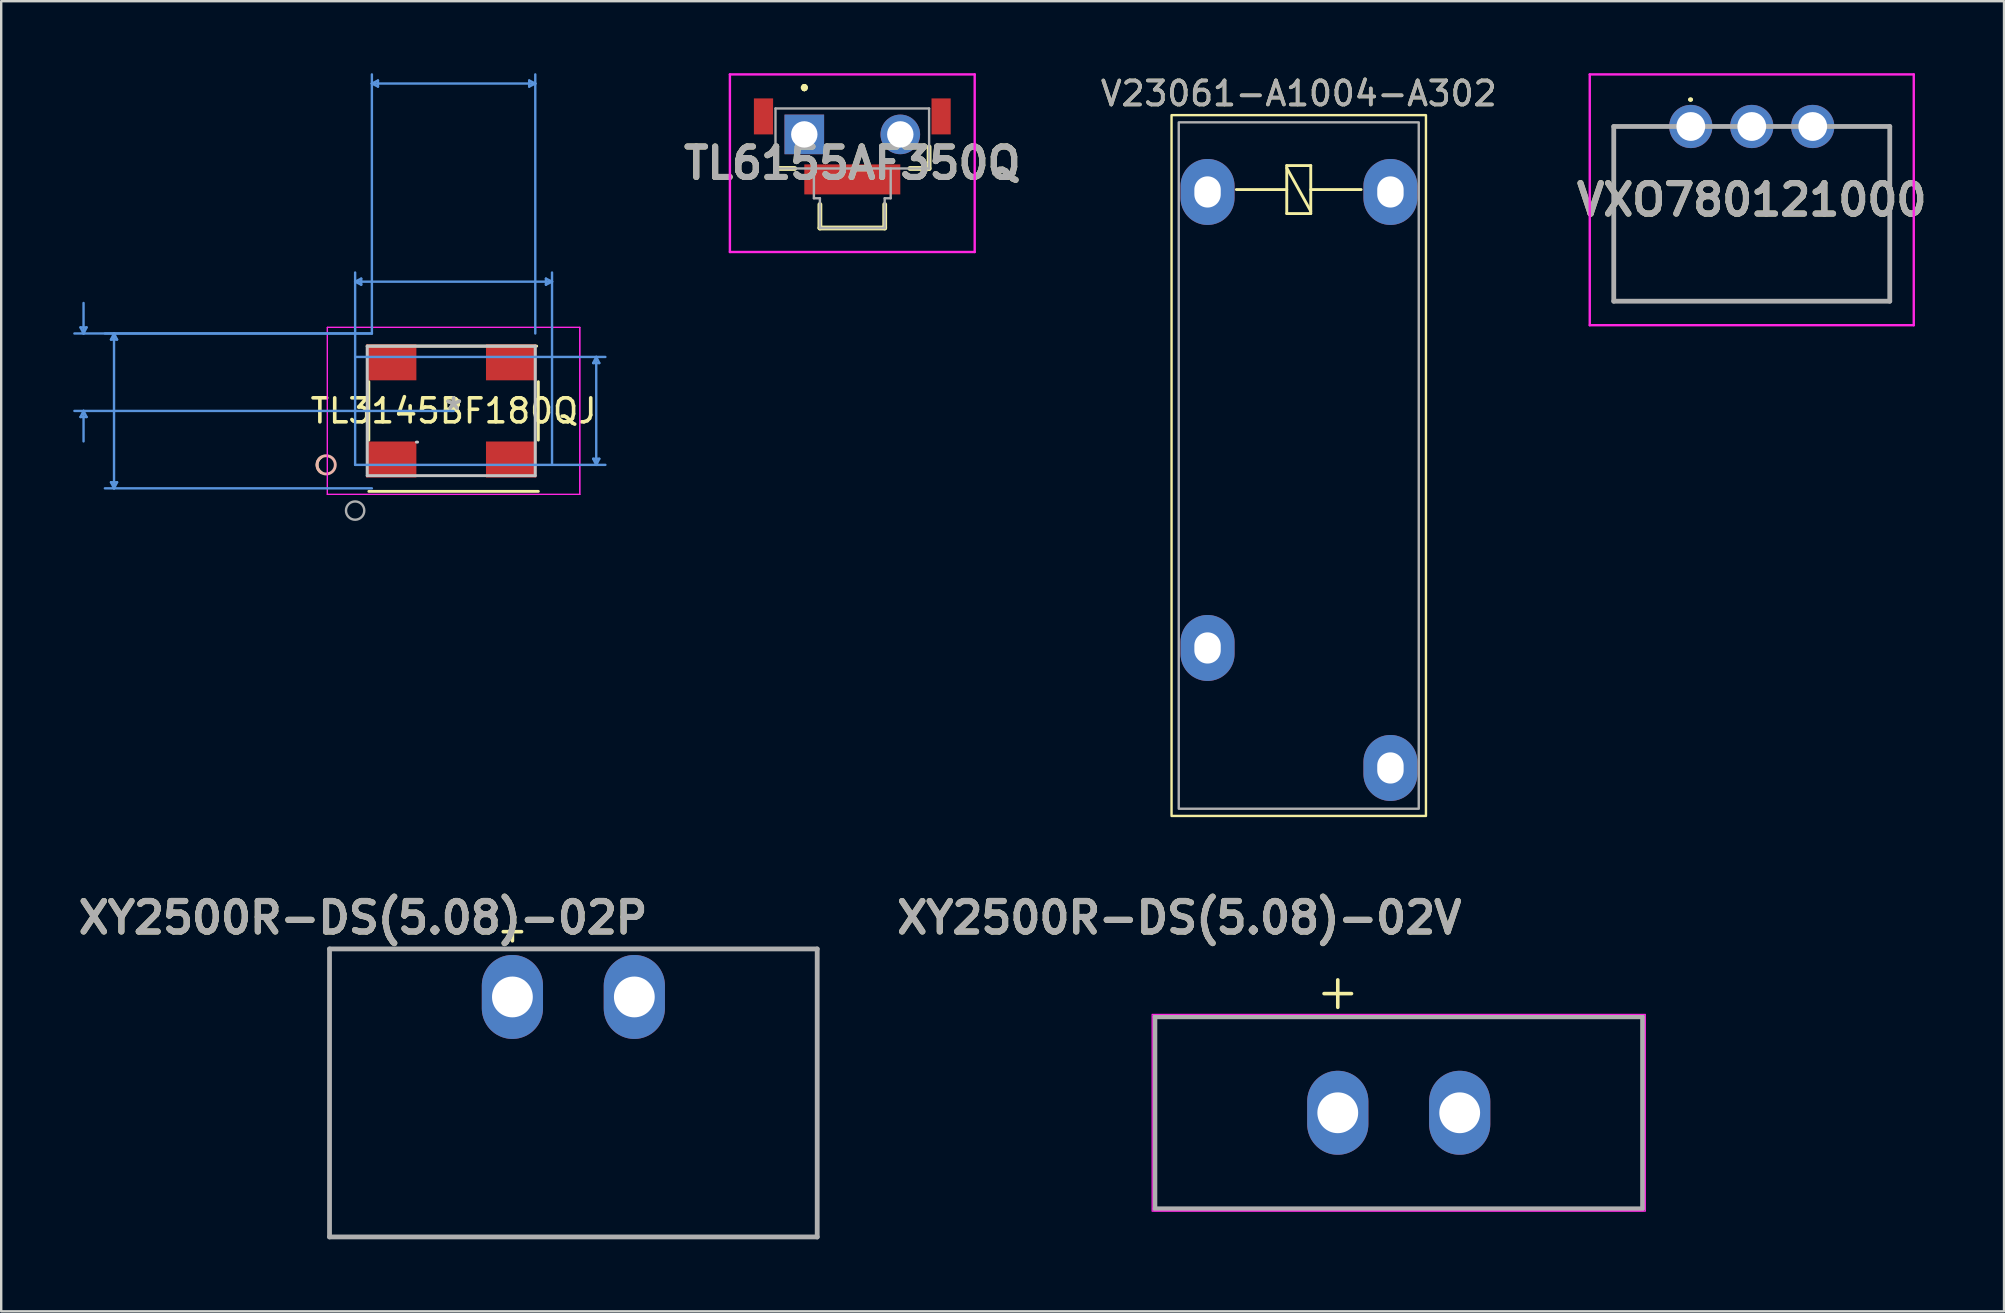
<source format=kicad_pcb>
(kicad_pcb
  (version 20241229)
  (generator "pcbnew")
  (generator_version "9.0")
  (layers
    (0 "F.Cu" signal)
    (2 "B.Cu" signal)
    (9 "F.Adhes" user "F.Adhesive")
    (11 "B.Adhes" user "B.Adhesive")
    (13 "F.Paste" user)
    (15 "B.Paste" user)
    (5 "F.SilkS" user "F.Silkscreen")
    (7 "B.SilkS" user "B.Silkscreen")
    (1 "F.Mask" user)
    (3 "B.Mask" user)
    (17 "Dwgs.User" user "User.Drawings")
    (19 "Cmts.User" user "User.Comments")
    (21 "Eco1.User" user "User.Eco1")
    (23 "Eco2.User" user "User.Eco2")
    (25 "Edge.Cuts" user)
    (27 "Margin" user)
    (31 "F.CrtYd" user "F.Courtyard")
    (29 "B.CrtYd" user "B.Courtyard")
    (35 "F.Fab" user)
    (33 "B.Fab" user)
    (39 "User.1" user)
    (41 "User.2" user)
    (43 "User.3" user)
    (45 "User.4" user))
  (footprint "VXO780121000"
    (layer "F.Cu")
    (at 69.939 5.275)
    (property "Reference" "VXO780121000" (at 0 0 0) (layer "F.SilkS") (effects (font (size 1.27 1.27) (thickness 0.254))))
    (attr through_hole)
    (fp_line (start -5.75 -3.055) (end -5.75 4.225) (stroke (width 0.1) (type solid)) (layer "F.SilkS"))
    (fp_line (start -5.75 4.225) (end 5.75 4.225) (stroke (width 0.1) (type solid)) (layer "F.SilkS"))
    (fp_line (start -4 -3.055) (end -5.75 -3.055) (stroke (width 0.1) (type solid)) (layer "F.SilkS"))
    (fp_line (start -2.6 -4.175) (end -2.6 -4.175) (stroke (width 0.1) (type solid)) (layer "F.SilkS"))
    (fp_line (start -2.5 -4.175) (end -2.5 -4.175) (stroke (width 0.1) (type solid)) (layer "F.SilkS"))
    (fp_line (start 5.75 -3.055) (end 4 -3.055) (stroke (width 0.1) (type solid)) (layer "F.SilkS"))
    (fp_line (start 5.75 4.225) (end 5.75 -3.055) (stroke (width 0.1) (type solid)) (layer "F.SilkS"))
    (fp_arc (start -2.6 -4.175) (mid -2.55 -4.225) (end -2.5 -4.175) (stroke (width 0.1) (type solid)) (layer "F.SilkS"))
    (fp_arc (start -2.5 -4.175) (mid -2.55 -4.125) (end -2.6 -4.175) (stroke (width 0.1) (type solid)) (layer "F.SilkS"))
    (fp_line (start -6.75 -5.225) (end 6.75 -5.225) (stroke (width 0.1) (type solid)) (layer "F.CrtYd"))
    (fp_line (start -6.75 5.225) (end -6.75 -5.225) (stroke (width 0.1) (type solid)) (layer "F.CrtYd"))
    (fp_line (start 6.75 -5.225) (end 6.75 5.225) (stroke (width 0.1) (type solid)) (layer "F.CrtYd"))
    (fp_line (start 6.75 5.225) (end -6.75 5.225) (stroke (width 0.1) (type solid)) (layer "F.CrtYd"))
    (fp_line (start -5.75 -3.055) (end 5.75 -3.055) (stroke (width 0.2) (type solid)) (layer "F.Fab"))
    (fp_line (start -5.75 4.225) (end -5.75 -3.055) (stroke (width 0.2) (type solid)) (layer "F.Fab"))
    (fp_line (start 5.75 -3.055) (end 5.75 4.225) (stroke (width 0.2) (type solid)) (layer "F.Fab"))
    (fp_line (start 5.75 4.225) (end -5.75 4.225) (stroke (width 0.2) (type solid)) (layer "F.Fab"))
    (fp_text user "${REFERENCE}" (at 0 0 0) (layer "F.Fab") (effects (font (size 1.27 1.27) (thickness 0.254))))
    (pad "1" thru_hole circle (at -2.54 -3.055) (size 1.8 1.8) (drill 1.2) (layers "*.Cu" "*.Mask"))
    (pad "2" thru_hole circle (at 0 -3.055) (size 1.8 1.8) (drill 1.2) (layers "*.Cu" "*.Mask"))
    (pad "3" thru_hole circle (at 2.54 -3.055) (size 1.8 1.8) (drill 1.2) (layers "*.Cu" "*.Mask")))
  (footprint "TL3145BF180QJ"
    (layer "F.Cu")
    (at 15.849 14.071)
    (property "Reference" "TL3145BF180QJ" (at 0 0 0) (layer "F.SilkS") (effects (font (size 1 1) (thickness 0.15))))
    (attr through_hole)
    (fp_line (start -3.531 -1.217) (end -3.531 1.217) (stroke (width 0.12) (type solid)) (layer "F.SilkS"))
    (fp_line (start -3.531 3.353) (end 3.531 3.353) (stroke (width 0.12) (type solid)) (layer "F.SilkS"))
    (fp_line (start 3.461 -2.7) (end -3.6 -2.7) (stroke (width 0.12) (type solid)) (layer "F.SilkS"))
    (fp_line (start 3.531 1.217) (end 3.531 -1.217) (stroke (width 0.12) (type solid)) (layer "F.SilkS"))
    (fp_arc (start -5.51434 2.568574) (mid -5.6896 2.2479) (end -5.51434 1.927226) (stroke (width 0.12) (type solid)) (layer "F.SilkS"))
    (fp_circle (center -5.309 2.248) (end -4.928 2.248) (stroke (width 0.12) (type solid)) (fill no) (layer "B.SilkS"))
    (fp_line (start -3.6 -2.7) (end -3.6 2.7) (stroke (width 0.12) (type solid)) (layer "Dwgs.User"))
    (fp_line (start -3.6 -2.7) (end 3.4 -2.7) (stroke (width 0.12) (type solid)) (layer "Dwgs.User"))
    (fp_line (start -3.6 2.7) (end 3.4 2.7) (stroke (width 0.12) (type solid)) (layer "Dwgs.User"))
    (fp_line (start -1.5 1.3) (end -1.55 1.3) (stroke (width 0.12) (type solid)) (layer "Dwgs.User"))
    (fp_line (start 3.4 -2.7) (end 3.4 2.7) (stroke (width 0.12) (type solid)) (layer "Dwgs.User"))
    (fp_line (start -15.545 -3.48) (end -15.291 -3.48) (stroke (width 0.1) (type solid)) (layer "Cmts.User"))
    (fp_line (start -15.545 0.254) (end -15.291 0.254) (stroke (width 0.1) (type solid)) (layer "Cmts.User"))
    (fp_line (start -15.418 -3.226) (end -15.545 -3.48) (stroke (width 0.1) (type solid)) (layer "Cmts.User"))
    (fp_line (start -15.418 -3.226) (end -15.418 -4.496) (stroke (width 0.1) (type solid)) (layer "Cmts.User"))
    (fp_line (start -15.418 -3.226) (end -15.291 -3.48) (stroke (width 0.1) (type solid)) (layer "Cmts.User"))
    (fp_line (start -15.418 0) (end -15.545 0.254) (stroke (width 0.1) (type solid)) (layer "Cmts.User"))
    (fp_line (start -15.418 0) (end -15.418 1.27) (stroke (width 0.1) (type solid)) (layer "Cmts.User"))
    (fp_line (start -15.418 0) (end -15.291 0.254) (stroke (width 0.1) (type solid)) (layer "Cmts.User"))
    (fp_line (start -14.275 -2.972) (end -14.021 -2.972) (stroke (width 0.1) (type solid)) (layer "Cmts.User"))
    (fp_line (start -14.275 2.972) (end -14.021 2.972) (stroke (width 0.1) (type solid)) (layer "Cmts.User"))
    (fp_line (start -14.148 -3.226) (end -14.275 -2.972) (stroke (width 0.1) (type solid)) (layer "Cmts.User"))
    (fp_line (start -14.148 -3.226) (end -14.148 3.226) (stroke (width 0.1) (type solid)) (layer "Cmts.User"))
    (fp_line (start -14.148 -3.226) (end -14.021 -2.972) (stroke (width 0.1) (type solid)) (layer "Cmts.User"))
    (fp_line (start -14.148 3.226) (end -14.275 2.972) (stroke (width 0.1) (type solid)) (layer "Cmts.User"))
    (fp_line (start -14.148 3.226) (end -14.021 2.972) (stroke (width 0.1) (type solid)) (layer "Cmts.User"))
    (fp_line (start -4.102 -5.385) (end -3.848 -5.512) (stroke (width 0.1) (type solid)) (layer "Cmts.User"))
    (fp_line (start -4.102 -5.385) (end -3.848 -5.258) (stroke (width 0.1) (type solid)) (layer "Cmts.User"))
    (fp_line (start -4.102 -5.385) (end 4.102 -5.385) (stroke (width 0.1) (type solid)) (layer "Cmts.User"))
    (fp_line (start -4.102 -2.248) (end 6.325 -2.248) (stroke (width 0.1) (type solid)) (layer "Cmts.User"))
    (fp_line (start -4.102 2.248) (end -4.102 -5.766) (stroke (width 0.1) (type solid)) (layer "Cmts.User"))
    (fp_line (start -4.102 2.248) (end 6.325 2.248) (stroke (width 0.1) (type solid)) (layer "Cmts.User"))
    (fp_line (start -3.848 -5.512) (end -3.848 -5.258) (stroke (width 0.1) (type solid)) (layer "Cmts.User"))
    (fp_line (start -3.404 -13.64) (end -3.15 -13.767) (stroke (width 0.1) (type solid)) (layer "Cmts.User"))
    (fp_line (start -3.404 -13.64) (end -3.15 -13.513) (stroke (width 0.1) (type solid)) (layer "Cmts.User"))
    (fp_line (start -3.404 -13.64) (end 3.404 -13.64) (stroke (width 0.1) (type solid)) (layer "Cmts.User"))
    (fp_line (start -3.404 -3.226) (end -15.799 -3.226) (stroke (width 0.1) (type solid)) (layer "Cmts.User"))
    (fp_line (start -3.404 -3.226) (end -14.529 -3.226) (stroke (width 0.1) (type solid)) (layer "Cmts.User"))
    (fp_line (start -3.404 -3.226) (end -3.404 -14.021) (stroke (width 0.1) (type solid)) (layer "Cmts.User"))
    (fp_line (start -3.404 3.226) (end -14.529 3.226) (stroke (width 0.1) (type solid)) (layer "Cmts.User"))
    (fp_line (start -3.15 -13.767) (end -3.15 -13.513) (stroke (width 0.1) (type solid)) (layer "Cmts.User"))
    (fp_line (start 0 0) (end -15.799 0) (stroke (width 0.1) (type solid)) (layer "Cmts.User"))
    (fp_line (start 3.15 -13.767) (end 3.15 -13.513) (stroke (width 0.1) (type solid)) (layer "Cmts.User"))
    (fp_line (start 3.404 -13.64) (end 3.15 -13.767) (stroke (width 0.1) (type solid)) (layer "Cmts.User"))
    (fp_line (start 3.404 -13.64) (end 3.15 -13.513) (stroke (width 0.1) (type solid)) (layer "Cmts.User"))
    (fp_line (start 3.404 -3.226) (end 3.404 -14.021) (stroke (width 0.1) (type solid)) (layer "Cmts.User"))
    (fp_line (start 3.848 -5.512) (end 3.848 -5.258) (stroke (width 0.1) (type solid)) (layer "Cmts.User"))
    (fp_line (start 4.102 -5.385) (end 3.848 -5.512) (stroke (width 0.1) (type solid)) (layer "Cmts.User"))
    (fp_line (start 4.102 -5.385) (end 3.848 -5.258) (stroke (width 0.1) (type solid)) (layer "Cmts.User"))
    (fp_line (start 4.102 2.248) (end 4.102 -5.766) (stroke (width 0.1) (type solid)) (layer "Cmts.User"))
    (fp_line (start 5.817 -1.994) (end 6.071 -1.994) (stroke (width 0.1) (type solid)) (layer "Cmts.User"))
    (fp_line (start 5.817 1.994) (end 6.071 1.994) (stroke (width 0.1) (type solid)) (layer "Cmts.User"))
    (fp_line (start 5.944 -2.248) (end 5.817 -1.994) (stroke (width 0.1) (type solid)) (layer "Cmts.User"))
    (fp_line (start 5.944 -2.248) (end 5.944 2.248) (stroke (width 0.1) (type solid)) (layer "Cmts.User"))
    (fp_line (start 5.944 -2.248) (end 6.071 -1.994) (stroke (width 0.1) (type solid)) (layer "Cmts.User"))
    (fp_line (start 5.944 2.248) (end 5.817 1.994) (stroke (width 0.1) (type solid)) (layer "Cmts.User"))
    (fp_line (start 5.944 2.248) (end 6.071 1.994) (stroke (width 0.1) (type solid)) (layer "Cmts.User"))
    (fp_line (start -5.258 -3.48) (end -5.258 3.48) (stroke (width 0.05) (type solid)) (layer "F.CrtYd"))
    (fp_line (start -5.258 -3.48) (end -5.258 3.48) (stroke (width 0.05) (type solid)) (layer "F.CrtYd"))
    (fp_line (start -5.258 3.48) (end 5.258 3.48) (stroke (width 0.05) (type solid)) (layer "F.CrtYd"))
    (fp_line (start -5.258 3.48) (end 5.258 3.48) (stroke (width 0.05) (type solid)) (layer "F.CrtYd"))
    (fp_line (start 5.258 -3.48) (end -5.258 -3.48) (stroke (width 0.05) (type solid)) (layer "F.CrtYd"))
    (fp_line (start 5.258 -3.48) (end -5.258 -3.48) (stroke (width 0.05) (type solid)) (layer "F.CrtYd"))
    (fp_line (start 5.258 3.48) (end 5.258 -3.48) (stroke (width 0.05) (type solid)) (layer "F.CrtYd"))
    (fp_line (start 5.258 3.48) (end 5.258 -3.48) (stroke (width 0.05) (type solid)) (layer "F.CrtYd"))
    (fp_line (start -3.6 -2.7) (end -3.6 2.7) (stroke (width 0.1) (type solid)) (layer "F.Fab"))
    (fp_line (start -3.504 2.7) (end 3.304 2.7) (stroke (width 0.1) (type solid)) (layer "F.Fab"))
    (fp_line (start 3.4 2.71) (end 3.404 -2.7) (stroke (width 0.1) (type solid)) (layer "F.Fab"))
    (fp_line (start 3.404 -2.7) (end -3.404 -2.7) (stroke (width 0.1) (type solid)) (layer "F.Fab"))
    (fp_circle (center -4.102 4.153) (end -3.721 4.153) (stroke (width 0.1) (type solid)) (fill no) (layer "F.Fab"))
    (fp_text user "*" (at 0 0 0) (layer "F.SilkS") (effects (font (size 1 1) (thickness 0.15))))
    (fp_text user "Copyright 2021 Accelerated Designs. All rights reserved." (at 0 0 0) (layer "Cmts.User") (effects (font (size 0.127 0.127) (thickness 0.002))))
    (fp_text user "*" (at 0 0 0) (layer "F.Fab") (effects (font (size 1 1) (thickness 0.15))))
    (pad "1" smd rect (at -2.6 2.025) (size 2.1 1.5) (layers "F.Cu" "F.Mask" "F.Paste"))
    (pad "2" smd rect (at 2.4 2.025) (size 2.1 1.5) (layers "F.Cu" "F.Mask" "F.Paste"))
    (pad "3" smd rect (at -2.6 -2.025) (size 2.1 1.5) (layers "F.Cu" "F.Mask" "F.Paste"))
    (pad "4" smd rect (at 2.4 -2.025) (size 2.1 1.5) (layers "F.Cu" "F.Mask" "F.Paste")))
  (footprint "XY2500R-DS(5.08)-02V"
    (layer "F.Cu")
    (at 55.23 43.315)
    (property "Reference" "XY2500R-DS(5.08)-02V" (at -9.144 -8.128 0) (layer "F.SilkS") (effects (font (size 1.27 1.27) (thickness 0.254))))
    (attr through_hole)
    (fp_line (start -10.16 -4) (end 10.16 -4) (stroke (width 0.1) (type solid)) (layer "F.SilkS"))
    (fp_line (start -10.16 4) (end -10.16 -4) (stroke (width 0.1) (type solid)) (layer "F.SilkS"))
    (fp_line (start 10.16 -4) (end 10.16 4) (stroke (width 0.1) (type solid)) (layer "F.SilkS"))
    (fp_line (start 10.16 4) (end -10.16 4) (stroke (width 0.1) (type solid)) (layer "F.SilkS"))
    (fp_rect (start 10.275 -4.1) (end -10.275 4.1) (stroke (width 0.05) (type default)) (fill no) (layer "F.CrtYd"))
    (fp_line (start -10.16 -4) (end 10.16 -4) (stroke (width 0.2) (type solid)) (layer "F.Fab"))
    (fp_line (start -10.16 4) (end -10.16 -4) (stroke (width 0.2) (type solid)) (layer "F.Fab"))
    (fp_line (start 10.16 -4) (end 10.16 4) (stroke (width 0.2) (type solid)) (layer "F.Fab"))
    (fp_line (start 10.16 4) (end -10.16 4) (stroke (width 0.2) (type solid)) (layer "F.Fab"))
    (fp_text user "+" (at -2.54 -5.08 0) (unlocked yes) (layer "F.SilkS") (effects (font (size 1.5 1.5) (thickness 0.15))))
    (fp_text user "${REFERENCE}" (at -9.144 -8.128 0) (layer "F.Fab") (effects (font (size 1.27 1.27) (thickness 0.254))))
    (pad "1" thru_hole oval (at -2.54 0) (size 2.55 3.5) (drill 1.7) (layers "*.Cu" "*.Mask"))
    (pad "2" thru_hole oval (at 2.54 0) (size 2.55 3.5) (drill 1.7) (layers "*.Cu" "*.Mask")))
  (footprint "XY2500R-DS(5.08)-02P"
    (layer "F.Cu")
    (at 20.84 38.489)
    (property "Reference" "XY2500R-DS(5.08)-02P" (at -8.763 -3.302 0) (layer "F.SilkS") (effects (font (size 1.27 1.27) (thickness 0.254))))
    (attr through_hole)
    (fp_line (start -10.16 -2) (end 10.16 -2) (stroke (width 0.1) (type solid)) (layer "F.SilkS"))
    (fp_line (start -10.16 10) (end -10.16 -2) (stroke (width 0.1) (type solid)) (layer "F.SilkS"))
    (fp_line (start 10.16 -2) (end 10.16 10) (stroke (width 0.1) (type solid)) (layer "F.SilkS"))
    (fp_line (start 10.16 10) (end -10.16 10) (stroke (width 0.1) (type solid)) (layer "F.SilkS"))
    (fp_line (start -10.16 -2) (end 10.16 -2) (stroke (width 0.2) (type solid)) (layer "F.Fab"))
    (fp_line (start -10.16 10) (end -10.16 -2) (stroke (width 0.2) (type solid)) (layer "F.Fab"))
    (fp_line (start 10.16 -2) (end 10.16 10) (stroke (width 0.2) (type solid)) (layer "F.Fab"))
    (fp_line (start 10.16 10) (end -10.16 10) (stroke (width 0.2) (type solid)) (layer "F.Fab"))
    (fp_text user "+" (at -2.54 -2.794 0) (unlocked yes) (layer "F.SilkS") (effects (font (size 1 1) (thickness 0.15))))
    (fp_text user "${REFERENCE}" (at -8.763 -3.302 0) (layer "F.Fab") (effects (font (size 1.27 1.27) (thickness 0.254))))
    (pad "1" thru_hole oval (at -2.54 0) (size 2.55 3.5) (drill 1.7) (layers "*.Cu" "*.Mask"))
    (pad "2" thru_hole oval (at 2.54 0) (size 2.55 3.5) (drill 1.7) (layers "*.Cu" "*.Mask")))
  (footprint "TL6155AF350Q"
    (layer "F.Cu")
    (at 30.462 2.55)
    (property "Reference" "TL6155AF350Q" (at 2 1.2 0) (layer "F.SilkS") (effects (font (size 1.27 1.27) (thickness 0.254))))
    (attr through_hole)
    (fp_line (start -1.2 1.42) (end -1.2 0.52) (stroke (width 0.2) (type solid)) (layer "F.SilkS"))
    (fp_line (start -0.4 1.42) (end -1.2 1.42) (stroke (width 0.2) (type solid)) (layer "F.SilkS"))
    (fp_line (start 0 -2) (end 0 -2) (stroke (width 0.2) (type solid)) (layer "F.SilkS"))
    (fp_line (start 0 -1.9) (end 0 -1.9) (stroke (width 0.2) (type solid)) (layer "F.SilkS"))
    (fp_line (start 0 -1.9) (end 0 -1.9) (stroke (width 0.2) (type solid)) (layer "F.SilkS"))
    (fp_line (start 0.65 2.92) (end 0.65 3.9) (stroke (width 0.2) (type solid)) (layer "F.SilkS"))
    (fp_line (start 0.65 3.9) (end 3.35 3.9) (stroke (width 0.2) (type solid)) (layer "F.SilkS"))
    (fp_line (start 3.35 3.9) (end 3.35 2.92) (stroke (width 0.2) (type solid)) (layer "F.SilkS"))
    (fp_line (start 4.4 1.42) (end 5.2 1.42) (stroke (width 0.2) (type solid)) (layer "F.SilkS"))
    (fp_line (start 5.2 1.42) (end 5.2 0.52) (stroke (width 0.2) (type solid)) (layer "F.SilkS"))
    (fp_arc (start 0 -2) (mid 0.05 -1.95) (end 0 -1.9) (stroke (width 0.2) (type solid)) (layer "F.SilkS"))
    (fp_arc (start 0 -2) (mid 0.05 -1.95) (end 0 -1.9) (stroke (width 0.2) (type solid)) (layer "F.SilkS"))
    (fp_arc (start 0 -1.9) (mid -0.05 -1.95) (end 0 -2) (stroke (width 0.2) (type solid)) (layer "F.SilkS"))
    (fp_line (start -3.1 -2.5) (end 7.1 -2.5) (stroke (width 0.1) (type solid)) (layer "F.CrtYd"))
    (fp_line (start -3.1 4.9) (end -3.1 -2.5) (stroke (width 0.1) (type solid)) (layer "F.CrtYd"))
    (fp_line (start 7.1 -2.5) (end 7.1 4.9) (stroke (width 0.1) (type solid)) (layer "F.CrtYd"))
    (fp_line (start 7.1 4.9) (end -3.1 4.9) (stroke (width 0.1) (type solid)) (layer "F.CrtYd"))
    (fp_line (start -1.2 -1.08) (end 5.2 -1.08) (stroke (width 0.1) (type solid)) (layer "F.Fab"))
    (fp_line (start -1.2 1.42) (end -1.2 -1.08) (stroke (width 0.1) (type solid)) (layer "F.Fab"))
    (fp_line (start 0.4 1.42) (end 0.4 2.66) (stroke (width 0.1) (type solid)) (layer "F.Fab"))
    (fp_line (start 0.4 2.66) (end 0.65 2.66) (stroke (width 0.1) (type solid)) (layer "F.Fab"))
    (fp_line (start 0.65 2.66) (end 0.65 3.9) (stroke (width 0.1) (type solid)) (layer "F.Fab"))
    (fp_line (start 0.65 3.9) (end 3.35 3.9) (stroke (width 0.1) (type solid)) (layer "F.Fab"))
    (fp_line (start 3.35 2.66) (end 3.6 2.66) (stroke (width 0.1) (type solid)) (layer "F.Fab"))
    (fp_line (start 3.35 3.9) (end 3.35 2.66) (stroke (width 0.1) (type solid)) (layer "F.Fab"))
    (fp_line (start 3.6 2.66) (end 3.6 1.42) (stroke (width 0.1) (type solid)) (layer "F.Fab"))
    (fp_line (start 5.2 -1.08) (end 5.2 1.42) (stroke (width 0.1) (type solid)) (layer "F.Fab"))
    (fp_line (start 5.2 1.42) (end -1.2 1.42) (stroke (width 0.1) (type solid)) (layer "F.Fab"))
    (fp_text user "${REFERENCE}" (at 2 1.2 0) (layer "F.Fab") (effects (font (size 1.27 1.27) (thickness 0.254))))
    (pad "1" thru_hole rect (at 0 0) (size 1.65 1.65) (drill 1.1) (layers "*.Cu" "*.Mask"))
    (pad "2" thru_hole circle (at 4 0) (size 1.65 1.65) (drill 1.1) (layers "*.Cu" "*.Mask"))
    (pad "MP1" smd rect (at -1.7 -0.75) (size 0.8 1.5) (layers "F.Cu" "F.Mask" "F.Paste"))
    (pad "MP2" smd rect (at 5.7 -0.75) (size 0.8 1.5) (layers "F.Cu" "F.Mask" "F.Paste"))
    (pad "MP3" smd rect (at 2 1.875 90) (size 1.25 4) (layers "F.Cu" "F.Mask" "F.Paste")))
  (footprint "V23061-A1004-A302"
    (layer "F.Cu")
    (at 51.064 16.348)
    (property "Reference" "V23061-A1004-A302" (at 0 -15.5 0) (unlocked yes) (layer "F.SilkS") (effects (font (size 1 1) (thickness 0.15))))
    (attr through_hole)
    (fp_line (start -2.6 -11.5) (end -0.5 -11.5) (stroke (width 0.12) (type solid)) (layer "F.SilkS"))
    (fp_line (start -0.5 -12.5) (end -0.5 -10.5) (stroke (width 0.12) (type solid)) (layer "F.SilkS"))
    (fp_line (start -0.5 -12.5) (end 0.5 -12.5) (stroke (width 0.12) (type solid)) (layer "F.SilkS"))
    (fp_line (start -0.5 -12.4) (end 0.5 -10.6) (stroke (width 0.12) (type solid)) (layer "F.SilkS"))
    (fp_line (start -0.5 -10.5) (end 0.5 -10.5) (stroke (width 0.12) (type solid)) (layer "F.SilkS"))
    (fp_line (start 0.5 -12.5) (end 0.5 -10.5) (stroke (width 0.12) (type solid)) (layer "F.SilkS"))
    (fp_line (start 0.5 -11.5) (end 2.6 -11.5) (stroke (width 0.12) (type solid)) (layer "F.SilkS"))
    (fp_rect (start -5.3 -14.6) (end 5.3 14.6) (stroke (width 0.1) (type solid)) (fill no) (layer "F.SilkS"))
    (fp_rect (start -5 -14.3) (end 5 14.3) (stroke (width 0.1) (type solid)) (fill no) (layer "F.Fab"))
    (fp_text user "${REFERENCE}" (at 0 -15.5 0) (unlocked yes) (layer "F.Fab") (effects (font (size 1 1) (thickness 0.15))))
    (pad "11" thru_hole oval (at -3.8 7.6) (size 2.25 2.75) (drill oval 1.1 1.3) (layers "*.Cu" "*.Mask"))
    (pad "14" thru_hole oval (at 3.82 12.6) (size 2.25 2.75) (drill oval 1.1 1.3) (layers "*.Cu" "*.Mask"))
    (pad "A1" thru_hole oval (at 3.82 -11.4) (size 2.25 2.75) (drill oval 1.1 1.3) (layers "*.Cu" "*.Mask"))
    (pad "A2" thru_hole oval (at -3.8 -11.4) (size 2.25 2.75) (drill oval 1.1 1.3) (layers "*.Cu" "*.Mask")))
  (gr_rect
    (start -3 -3)
    (end 80.45 51.589)
    (stroke (width 0.1) (type default))
    (fill no)
    (layer "Edge.Cuts")))
</source>
